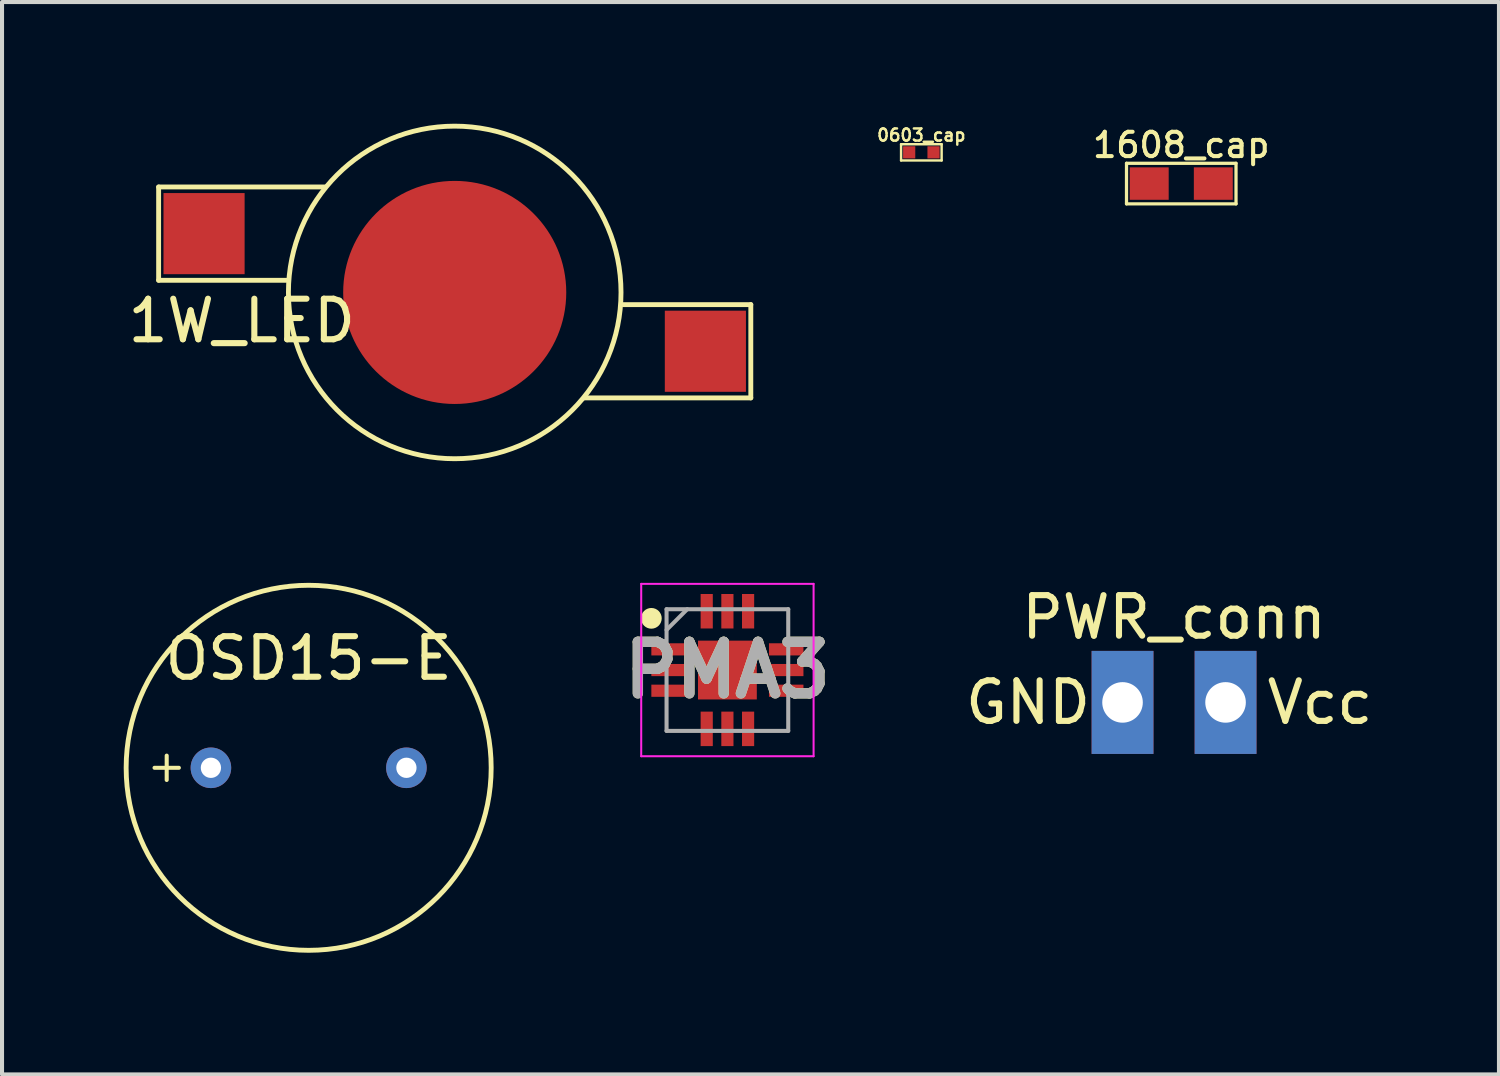
<source format=kicad_pcb>
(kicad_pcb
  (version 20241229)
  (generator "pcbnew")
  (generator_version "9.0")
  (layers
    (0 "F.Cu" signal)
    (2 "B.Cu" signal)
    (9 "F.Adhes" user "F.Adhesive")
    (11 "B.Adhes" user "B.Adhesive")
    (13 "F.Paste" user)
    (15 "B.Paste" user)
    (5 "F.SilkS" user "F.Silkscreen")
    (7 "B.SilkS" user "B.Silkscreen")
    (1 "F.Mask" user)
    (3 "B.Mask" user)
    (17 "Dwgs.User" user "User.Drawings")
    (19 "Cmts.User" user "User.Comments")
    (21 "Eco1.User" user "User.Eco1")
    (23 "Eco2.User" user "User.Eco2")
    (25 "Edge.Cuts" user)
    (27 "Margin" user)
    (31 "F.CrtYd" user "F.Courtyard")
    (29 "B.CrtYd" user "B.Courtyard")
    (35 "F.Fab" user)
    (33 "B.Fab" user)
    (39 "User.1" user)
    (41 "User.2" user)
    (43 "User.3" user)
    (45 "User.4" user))
  (footprint "1W_LED"
    (layer "F.Cu")
    (at 8.161 4.16)
    (property "Reference" "1W_LED" (at -5.25 0.7 0) (layer "F.SilkS") (effects (font (size 1 1) (thickness 0.15))))
    (attr through_hole)
    (fp_line (start -7.3 -2.6) (end -3.2 -2.6) (stroke (width 0.12) (type solid)) (layer "F.SilkS"))
    (fp_line (start -7.3 -0.3) (end -7.3 -2.6) (stroke (width 0.12) (type solid)) (layer "F.SilkS"))
    (fp_line (start -7.3 -0.3) (end -4.15 -0.3) (stroke (width 0.12) (type solid)) (layer "F.SilkS"))
    (fp_line (start 7.3 0.3) (end 4.15 0.3) (stroke (width 0.12) (type solid)) (layer "F.SilkS"))
    (fp_line (start 7.3 0.3) (end 7.3 2.6) (stroke (width 0.12) (type solid)) (layer "F.SilkS"))
    (fp_line (start 7.3 2.6) (end 3.2 2.6) (stroke (width 0.12) (type solid)) (layer "F.SilkS"))
    (fp_circle (center 0 0) (end 4.1 0) (stroke (width 0.12) (type solid)) (fill no) (layer "F.SilkS"))
    (pad "1" smd rect (at -6.18 -1.45) (size 2 2) (layers "F.Cu" "F.Mask" "F.Paste"))
    (pad "2" smd rect (at 6.18 1.45) (size 2 2) (layers "F.Cu" "F.Mask" "F.Paste"))
    (pad "3" smd circle (at 0 0) (size 5.5 5.5) (layers "F.Cu" "F.Mask" "F.Paste")))
  (footprint "1608_cap"
    (layer "F.Cu")
    (at 26.074 1.476)
    (property "Reference" "1608_cap" (at 0 -0.95 0) (layer "F.SilkS") (effects (font (size 0.6 0.6) (thickness 0.1))))
    (attr through_hole)
    (fp_line (start -1.35 -0.5) (end 1.35 -0.5) (stroke (width 0.08) (type solid)) (layer "F.SilkS"))
    (fp_line (start -1.35 0.5) (end -1.35 -0.5) (stroke (width 0.08) (type solid)) (layer "F.SilkS"))
    (fp_line (start 1.35 -0.5) (end 1.35 0.5) (stroke (width 0.08) (type solid)) (layer "F.SilkS"))
    (fp_line (start 1.35 0.5) (end -1.35 0.5) (stroke (width 0.08) (type solid)) (layer "F.SilkS"))
    (pad "1" smd rect (at -0.79 0) (size 0.96 0.8) (layers "F.Cu" "F.Mask" "F.Paste"))
    (pad "2" smd rect (at 0.79 0) (size 0.96 0.8) (layers "F.Cu" "F.Mask" "F.Paste")))
  (footprint "PMA3"
    (layer "F.Cu")
    (at 14.884 13.47)
    (property "Reference" "PMA3" (at 0 0 0) (layer "F.SilkS") (effects (font (size 1.27 1.27) (thickness 0.254))))
    (attr smd)
    (fp_circle (center -1.875 -1.275) (end -1.875 -1.147) (stroke (width 0.255) (type solid)) (fill no) (layer "F.SilkS"))
    (fp_line (start -2.125 -2.125) (end 2.125 -2.125) (stroke (width 0.05) (type solid)) (layer "F.CrtYd"))
    (fp_line (start -2.125 2.125) (end -2.125 -2.125) (stroke (width 0.05) (type solid)) (layer "F.CrtYd"))
    (fp_line (start 2.125 -2.125) (end 2.125 2.125) (stroke (width 0.05) (type solid)) (layer "F.CrtYd"))
    (fp_line (start 2.125 2.125) (end -2.125 2.125) (stroke (width 0.05) (type solid)) (layer "F.CrtYd"))
    (fp_line (start -1.5 -1.5) (end 1.5 -1.5) (stroke (width 0.1) (type solid)) (layer "F.Fab"))
    (fp_line (start -1.5 -0.99) (end -0.99 -1.5) (stroke (width 0.1) (type solid)) (layer "F.Fab"))
    (fp_line (start -1.5 1.5) (end -1.5 -1.5) (stroke (width 0.1) (type solid)) (layer "F.Fab"))
    (fp_line (start 1.5 -1.5) (end 1.5 1.5) (stroke (width 0.1) (type solid)) (layer "F.Fab"))
    (fp_line (start 1.5 1.5) (end -1.5 1.5) (stroke (width 0.1) (type solid)) (layer "F.Fab"))
    (fp_text user "${REFERENCE}" (at 0 0 0) (layer "F.Fab") (effects (font (size 1.27 1.27) (thickness 0.254))))
    (pad "1" smd rect (at -1.45 -0.51 90) (size 0.3 0.85) (layers "F.Cu" "F.Mask" "F.Paste"))
    (pad "2" smd rect (at -1.45 0 90) (size 0.3 0.85) (layers "F.Cu" "F.Mask" "F.Paste"))
    (pad "3" smd rect (at -1.45 0.51 90) (size 0.3 0.85) (layers "F.Cu" "F.Mask" "F.Paste"))
    (pad "4" smd rect (at -0.51 1.45) (size 0.3 0.85) (layers "F.Cu" "F.Mask" "F.Paste"))
    (pad "5" smd rect (at 0 1.45) (size 0.3 0.85) (layers "F.Cu" "F.Mask" "F.Paste"))
    (pad "6" smd rect (at 0.51 1.45) (size 0.3 0.85) (layers "F.Cu" "F.Mask" "F.Paste"))
    (pad "7" smd rect (at 1.45 0.51 90) (size 0.3 0.85) (layers "F.Cu" "F.Mask" "F.Paste"))
    (pad "8" smd rect (at 1.45 0 90) (size 0.3 0.85) (layers "F.Cu" "F.Mask" "F.Paste"))
    (pad "9" smd rect (at 1.45 -0.51 90) (size 0.3 0.85) (layers "F.Cu" "F.Mask" "F.Paste"))
    (pad "10" smd rect (at 0.51 -1.45) (size 0.3 0.85) (layers "F.Cu" "F.Mask" "F.Paste"))
    (pad "11" smd rect (at 0 -1.45) (size 0.3 0.85) (layers "F.Cu" "F.Mask" "F.Paste"))
    (pad "12" smd rect (at -0.51 -1.45) (size 0.3 0.85) (layers "F.Cu" "F.Mask" "F.Paste"))
    (pad "13" smd rect (at 0 0) (size 1.45 1.45) (layers "F.Cu" "F.Mask" "F.Paste")))
  (footprint "0603_cap"
    (layer "F.Cu")
    (at 19.666 0.706)
    (property "Reference" "0603_cap" (at 0 -0.425 180) (layer "F.SilkS") (effects (font (size 0.3 0.3) (thickness 0.06))))
    (attr through_hole)
    (fp_line (start -0.5 -0.2) (end 0.5 -0.2) (stroke (width 0.06) (type solid)) (layer "F.SilkS"))
    (fp_line (start -0.5 0.2) (end -0.5 -0.2) (stroke (width 0.06) (type solid)) (layer "F.SilkS"))
    (fp_line (start 0.5 -0.2) (end 0.5 0.2) (stroke (width 0.06) (type solid)) (layer "F.SilkS"))
    (fp_line (start 0.5 0.2) (end -0.5 0.2) (stroke (width 0.06) (type solid)) (layer "F.SilkS"))
    (pad "1" smd rect (at -0.3 0) (size 0.3 0.3) (layers "F.Cu" "F.Mask" "F.Paste"))
    (pad "2" smd rect (at 0.3 0) (size 0.3 0.3) (layers "F.Cu" "F.Mask" "F.Paste")))
  (footprint "PWR_conn"
    (layer "F.Cu")
    (at 25.896 14.268)
    (property "Reference" "PWR_conn" (at 0 -2.1 0) (layer "F.SilkS") (effects (font (size 1 1) (thickness 0.15))))
    (attr through_hole)
    (fp_text user "GND" (at -3.6 0 0) (layer "F.SilkS") (effects (font (size 1 1) (thickness 0.15))))
    (fp_text user "Vcc" (at 3.6 0 0) (layer "F.SilkS") (effects (font (size 1 1) (thickness 0.15))))
    (pad "1" thru_hole rect (at 1.27 0) (size 1.524 2.54) (drill 1) (layers "*.Cu" "*.Mask"))
    (pad "2" thru_hole rect (at -1.27 0) (size 1.524 2.54) (drill 1) (layers "*.Cu" "*.Mask")))
  (footprint "OSD15-E"
    (layer "F.Cu")
    (at 4.56 15.88)
    (property "Reference" "OSD15-E" (at 0 -2.7 0) (layer "F.SilkS") (effects (font (size 1 1) (thickness 0.15))))
    (attr through_hole)
    (fp_line (start -3.8 0) (end -3.5 0) (stroke (width 0.1) (type solid)) (layer "F.SilkS"))
    (fp_line (start -3.5 0) (end -3.5 -0.3) (stroke (width 0.1) (type solid)) (layer "F.SilkS"))
    (fp_line (start -3.5 0) (end -3.2 0) (stroke (width 0.1) (type solid)) (layer "F.SilkS"))
    (fp_line (start -3.5 0.3) (end -3.5 0) (stroke (width 0.1) (type solid)) (layer "F.SilkS"))
    (fp_circle (center 0 0) (end 4.5 0) (stroke (width 0.12) (type solid)) (fill no) (layer "F.SilkS"))
    (pad "1" thru_hole circle (at -2.41 0) (size 1 1) (drill 0.5) (layers "*.Cu" "*.Mask"))
    (pad "2" thru_hole circle (at 2.41 0) (size 1 1) (drill 0.5) (layers "*.Cu" "*.Mask")))
  (gr_rect
    (start -3 -3)
    (end 33.907 23.44)
    (stroke (width 0.1) (type default))
    (fill no)
    (layer "Edge.Cuts")))
</source>
